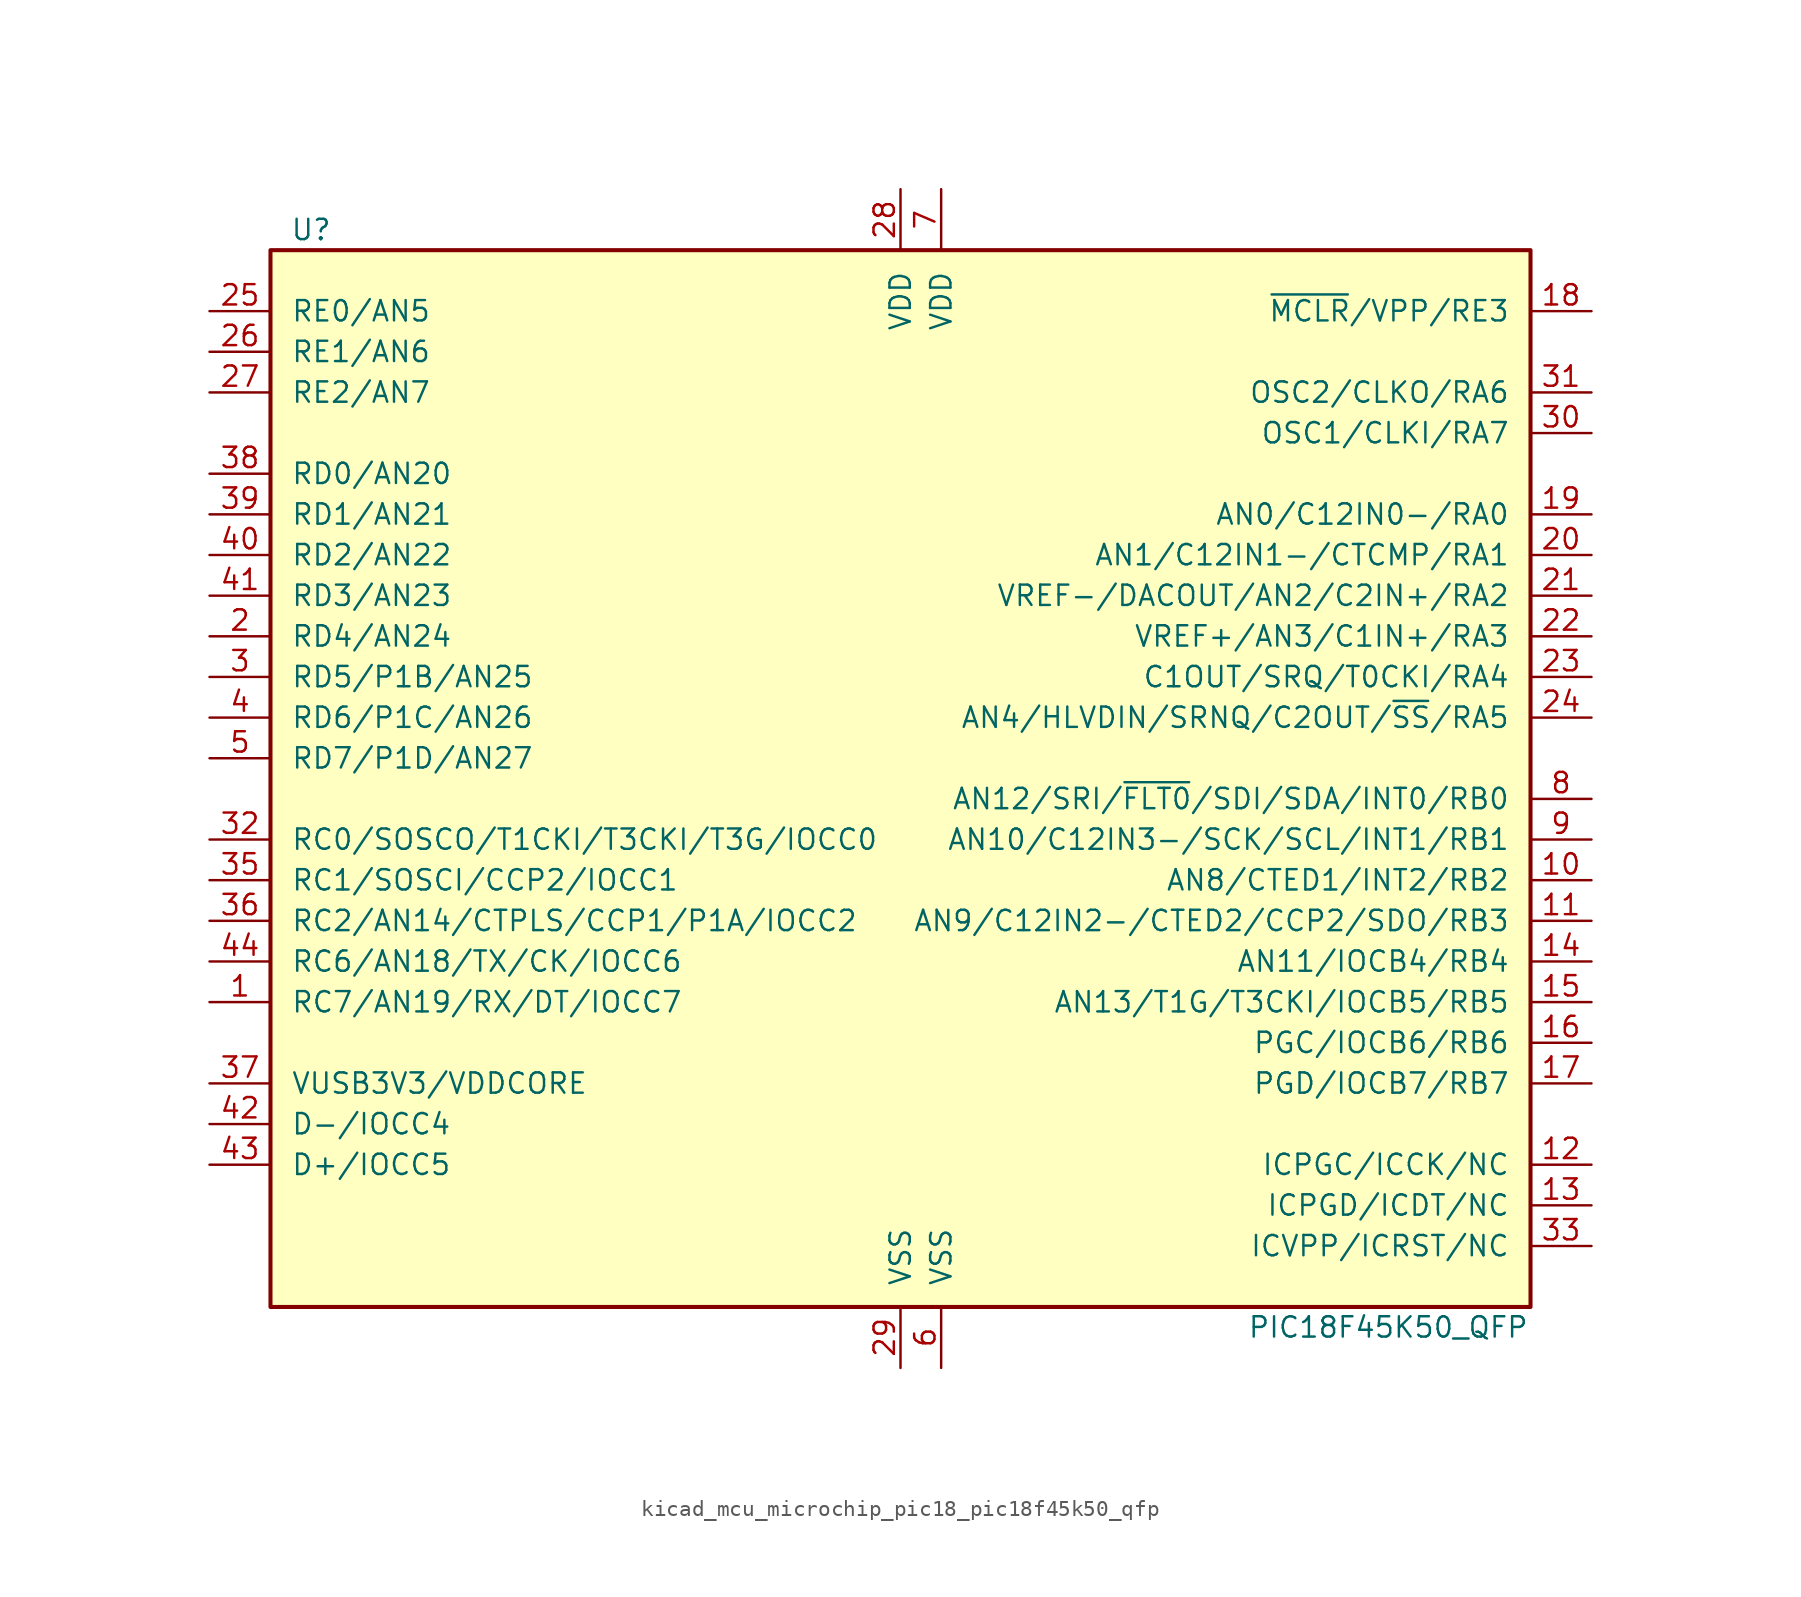
<source format=kicad_sym>
(kicad_symbol_lib
  (version 20220914)
  (generator kicad_symbol_editor)
  (symbol "kicad_mcu_microchip_pic18_pic18f45k50_qfp"
    (pin_names
      (offset 1.27))
    (property "Reference" "U"
      (at -36.83 33.02 0)
      (effects (font (size 1.27 1.27))))
    (property "Value" "PIC18F45K50_QFP"
      (at 30.48 -35.56 0)
      (effects (font (size 1.27 1.27))))
    (symbol "kicad_mcu_microchip_pic18_pic18f45k50_qfp_0_1"
      (rectangle (start -39.37 31.75) (end 39.37 -34.29) (stroke (width 0.254) (type default)) (fill (type background))))
    (symbol "kicad_mcu_microchip_pic18_pic18f45k50_qfp_1_1"
      (pin bidirectional line (at -43.18 -15.24 0) (length 3.81) (name "RC7/AN19/RX/DT/IOCC7" (effects (font (size 1.27 1.27)))) (number "1" (effects (font (size 1.27 1.27)))))
      (pin bidirectional line (at 43.18 -7.62 180) (length 3.81) (name "AN8/CTED1/INT2/RB2" (effects (font (size 1.27 1.27)))) (number "10" (effects (font (size 1.27 1.27)))))
      (pin bidirectional line (at 43.18 -10.16 180) (length 3.81) (name "AN9/C12IN2-/CTED2/CCP2/SDO/RB3" (effects (font (size 1.27 1.27)))) (number "11" (effects (font (size 1.27 1.27)))))
      (pin bidirectional line (at 43.18 -25.4 180) (length 3.81) (name "ICPGC/ICCK/NC" (effects (font (size 1.27 1.27)))) (number "12" (effects (font (size 1.27 1.27)))))
      (pin bidirectional line (at 43.18 -27.94 180) (length 3.81) (name "ICPGD/ICDT/NC" (effects (font (size 1.27 1.27)))) (number "13" (effects (font (size 1.27 1.27)))))
      (pin bidirectional line (at 43.18 -12.7 180) (length 3.81) (name "AN11/IOCB4/RB4" (effects (font (size 1.27 1.27)))) (number "14" (effects (font (size 1.27 1.27)))))
      (pin bidirectional line (at 43.18 -15.24 180) (length 3.81) (name "AN13/T1G/T3CKI/IOCB5/RB5" (effects (font (size 1.27 1.27)))) (number "15" (effects (font (size 1.27 1.27)))))
      (pin bidirectional line (at 43.18 -17.78 180) (length 3.81) (name "PGC/IOCB6/RB6" (effects (font (size 1.27 1.27)))) (number "16" (effects (font (size 1.27 1.27)))))
      (pin bidirectional line (at 43.18 -20.32 180) (length 3.81) (name "PGD/IOCB7/RB7" (effects (font (size 1.27 1.27)))) (number "17" (effects (font (size 1.27 1.27)))))
      (pin input line (at 43.18 27.94 180) (length 3.81) (name "~{MCLR}/VPP/RE3" (effects (font (size 1.27 1.27)))) (number "18" (effects (font (size 1.27 1.27)))))
      (pin bidirectional line (at 43.18 15.24 180) (length 3.81) (name "AN0/C12IN0-/RA0" (effects (font (size 1.27 1.27)))) (number "19" (effects (font (size 1.27 1.27)))))
      (pin bidirectional line (at -43.18 7.62 0) (length 3.81) (name "RD4/AN24" (effects (font (size 1.27 1.27)))) (number "2" (effects (font (size 1.27 1.27)))))
      (pin bidirectional line (at 43.18 12.7 180) (length 3.81) (name "AN1/C12IN1-/CTCMP/RA1" (effects (font (size 1.27 1.27)))) (number "20" (effects (font (size 1.27 1.27)))))
      (pin bidirectional line (at 43.18 10.16 180) (length 3.81) (name "VREF-/DACOUT/AN2/C2IN+/RA2" (effects (font (size 1.27 1.27)))) (number "21" (effects (font (size 1.27 1.27)))))
      (pin bidirectional line (at 43.18 7.62 180) (length 3.81) (name "VREF+/AN3/C1IN+/RA3" (effects (font (size 1.27 1.27)))) (number "22" (effects (font (size 1.27 1.27)))))
      (pin bidirectional line (at 43.18 5.08 180) (length 3.81) (name "C1OUT/SRQ/T0CKI/RA4" (effects (font (size 1.27 1.27)))) (number "23" (effects (font (size 1.27 1.27)))))
      (pin bidirectional line (at 43.18 2.54 180) (length 3.81) (name "AN4/HLVDIN/SRNQ/C2OUT/~{SS}/RA5" (effects (font (size 1.27 1.27)))) (number "24" (effects (font (size 1.27 1.27)))))
      (pin bidirectional line (at -43.18 27.94 0) (length 3.81) (name "RE0/AN5" (effects (font (size 1.27 1.27)))) (number "25" (effects (font (size 1.27 1.27)))))
      (pin bidirectional line (at -43.18 25.4 0) (length 3.81) (name "RE1/AN6" (effects (font (size 1.27 1.27)))) (number "26" (effects (font (size 1.27 1.27)))))
      (pin bidirectional line (at -43.18 22.86 0) (length 3.81) (name "RE2/AN7" (effects (font (size 1.27 1.27)))) (number "27" (effects (font (size 1.27 1.27)))))
      (pin power_in line (at 0 35.56 270) (length 3.81) (name "VDD" (effects (font (size 1.27 1.27)))) (number "28" (effects (font (size 1.27 1.27)))))
      (pin power_in line (at 0 -38.1 90) (length 3.81) (name "VSS" (effects (font (size 1.27 1.27)))) (number "29" (effects (font (size 1.27 1.27)))))
      (pin bidirectional line (at -43.18 5.08 0) (length 3.81) (name "RD5/P1B/AN25" (effects (font (size 1.27 1.27)))) (number "3" (effects (font (size 1.27 1.27)))))
      (pin bidirectional line (at 43.18 20.32 180) (length 3.81) (name "OSC1/CLKI/RA7" (effects (font (size 1.27 1.27)))) (number "30" (effects (font (size 1.27 1.27)))))
      (pin bidirectional line (at 43.18 22.86 180) (length 3.81) (name "OSC2/CLKO/RA6" (effects (font (size 1.27 1.27)))) (number "31" (effects (font (size 1.27 1.27)))))
      (pin bidirectional line (at -43.18 -5.08 0) (length 3.81) (name "RC0/SOSCO/T1CKI/T3CKI/T3G/IOCC0" (effects (font (size 1.27 1.27)))) (number "32" (effects (font (size 1.27 1.27)))))
      (pin bidirectional line (at 43.18 -30.48 180) (length 3.81) (name "ICVPP/ICRST/NC" (effects (font (size 1.27 1.27)))) (number "33" (effects (font (size 1.27 1.27)))))
      (pin no_connect line (at -17.78 -34.29 90) (length 3.81) hide (name "NC" (effects (font (size 1.27 1.27)))) (number "34" (effects (font (size 1.27 1.27)))))
      (pin bidirectional line (at -43.18 -7.62 0) (length 3.81) (name "RC1/SOSCI/CCP2/IOCC1" (effects (font (size 1.27 1.27)))) (number "35" (effects (font (size 1.27 1.27)))))
      (pin bidirectional line (at -43.18 -10.16 0) (length 3.81) (name "RC2/AN14/CTPLS/CCP1/P1A/IOCC2" (effects (font (size 1.27 1.27)))) (number "36" (effects (font (size 1.27 1.27)))))
      (pin power_in line (at -43.18 -20.32 0) (length 3.81) (name "VUSB3V3/VDDCORE" (effects (font (size 1.27 1.27)))) (number "37" (effects (font (size 1.27 1.27)))))
      (pin bidirectional line (at -43.18 17.78 0) (length 3.81) (name "RD0/AN20" (effects (font (size 1.27 1.27)))) (number "38" (effects (font (size 1.27 1.27)))))
      (pin bidirectional line (at -43.18 15.24 0) (length 3.81) (name "RD1/AN21" (effects (font (size 1.27 1.27)))) (number "39" (effects (font (size 1.27 1.27)))))
      (pin bidirectional line (at -43.18 2.54 0) (length 3.81) (name "RD6/P1C/AN26" (effects (font (size 1.27 1.27)))) (number "4" (effects (font (size 1.27 1.27)))))
      (pin bidirectional line (at -43.18 12.7 0) (length 3.81) (name "RD2/AN22" (effects (font (size 1.27 1.27)))) (number "40" (effects (font (size 1.27 1.27)))))
      (pin bidirectional line (at -43.18 10.16 0) (length 3.81) (name "RD3/AN23" (effects (font (size 1.27 1.27)))) (number "41" (effects (font (size 1.27 1.27)))))
      (pin bidirectional line (at -43.18 -22.86 0) (length 3.81) (name "D-/IOCC4" (effects (font (size 1.27 1.27)))) (number "42" (effects (font (size 1.27 1.27)))))
      (pin bidirectional line (at -43.18 -25.4 0) (length 3.81) (name "D+/IOCC5" (effects (font (size 1.27 1.27)))) (number "43" (effects (font (size 1.27 1.27)))))
      (pin bidirectional line (at -43.18 -12.7 0) (length 3.81) (name "RC6/AN18/TX/CK/IOCC6" (effects (font (size 1.27 1.27)))) (number "44" (effects (font (size 1.27 1.27)))))
      (pin bidirectional line (at -43.18 0 0) (length 3.81) (name "RD7/P1D/AN27" (effects (font (size 1.27 1.27)))) (number "5" (effects (font (size 1.27 1.27)))))
      (pin power_in line (at 2.54 -38.1 90) (length 3.81) (name "VSS" (effects (font (size 1.27 1.27)))) (number "6" (effects (font (size 1.27 1.27)))))
      (pin power_in line (at 2.54 35.56 270) (length 3.81) (name "VDD" (effects (font (size 1.27 1.27)))) (number "7" (effects (font (size 1.27 1.27)))))
      (pin bidirectional line (at 43.18 -2.54 180) (length 3.81) (name "AN12/SRI/~{FLT0}/SDI/SDA/INT0/RB0" (effects (font (size 1.27 1.27)))) (number "8" (effects (font (size 1.27 1.27)))))
      (pin bidirectional line (at 43.18 -5.08 180) (length 3.81) (name "AN10/C12IN3-/SCK/SCL/INT1/RB1" (effects (font (size 1.27 1.27)))) (number "9" (effects (font (size 1.27 1.27))))))))
</source>
